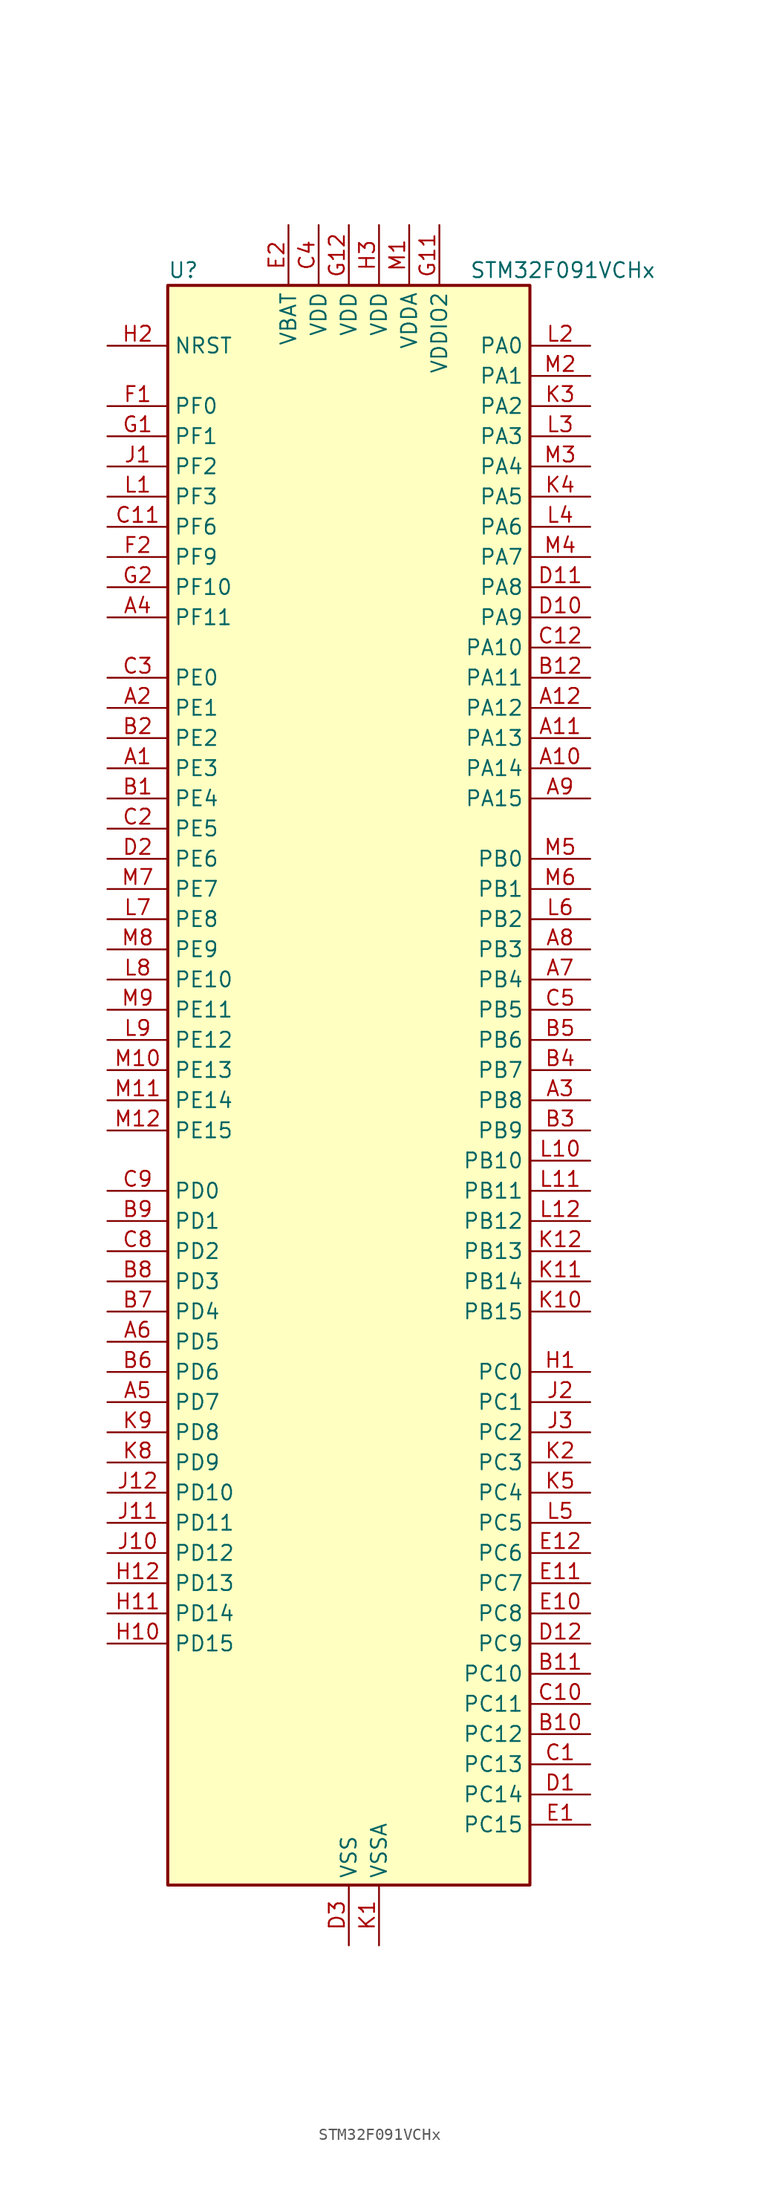
<source format=kicad_sym>
(kicad_symbol_lib
  (version 20241209)
  (generator "kicad_symbol_editor")
  (generator_version "9.0")
  (symbol "STM32F091VCHx"
    (property "Reference" "U"
      (at -15.24 69.85 0)
      (effects (font (size 1.27 1.27)) (justify left)))
    (property "Value" "STM32F091VCHx"
      (at 10.16 69.85 0)
      (effects (font (size 1.27 1.27)) (justify left)))
    (symbol "STM32F091VCHx_0_1"
      (rectangle (start -15.24 -66.04) (end 15.24 68.58) (stroke (width 0.254) (type default)) (fill (type background))))
    (symbol "STM32F091VCHx_1_1"
      (pin input line (at -20.32 63.5 0) (length 5.08) (name "NRST" (effects (font (size 1.27 1.27)))) (number "H2" (effects (font (size 1.27 1.27)))))
      (pin bidirectional line (at -20.32 58.42 0) (length 5.08) (name "PF0" (effects (font (size 1.27 1.27)))) (number "F1" (effects (font (size 1.27 1.27)))) (alternate "CRS_SYNC" bidirectional line) (alternate "I2C1_SDA" bidirectional line) (alternate "RCC_OSC_IN" bidirectional line))
      (pin bidirectional line (at -20.32 55.88 0) (length 5.08) (name "PF1" (effects (font (size 1.27 1.27)))) (number "G1" (effects (font (size 1.27 1.27)))) (alternate "I2C1_SCL" bidirectional line) (alternate "RCC_OSC_OUT" bidirectional line))
      (pin bidirectional line (at -20.32 53.34 0) (length 5.08) (name "PF2" (effects (font (size 1.27 1.27)))) (number "J1" (effects (font (size 1.27 1.27)))) (alternate "SYS_WKUP8" bidirectional line) (alternate "USART7_CK" bidirectional line) (alternate "USART7_DE" bidirectional line) (alternate "USART7_RTS" bidirectional line) (alternate "USART7_TX" bidirectional line))
      (pin bidirectional line (at -20.32 50.8 0) (length 5.08) (name "PF3" (effects (font (size 1.27 1.27)))) (number "L1" (effects (font (size 1.27 1.27)))) (alternate "USART6_CK" bidirectional line) (alternate "USART6_DE" bidirectional line) (alternate "USART6_RTS" bidirectional line) (alternate "USART7_RX" bidirectional line))
      (pin bidirectional line (at -20.32 48.26 0) (length 5.08) (name "PF6" (effects (font (size 1.27 1.27)))) (number "C11" (effects (font (size 1.27 1.27)))))
      (pin bidirectional line (at -20.32 45.72 0) (length 5.08) (name "PF9" (effects (font (size 1.27 1.27)))) (number "F2" (effects (font (size 1.27 1.27)))) (alternate "DAC_EXTI9" bidirectional line) (alternate "TIM15_CH1" bidirectional line) (alternate "USART6_TX" bidirectional line))
      (pin bidirectional line (at -20.32 43.18 0) (length 5.08) (name "PF10" (effects (font (size 1.27 1.27)))) (number "G2" (effects (font (size 1.27 1.27)))) (alternate "TIM15_CH2" bidirectional line) (alternate "USART6_RX" bidirectional line))
      (pin bidirectional line (at -20.32 40.64 0) (length 5.08) (name "PF11" (effects (font (size 1.27 1.27)))) (number "A4" (effects (font (size 1.27 1.27)))))
      (pin bidirectional line (at -20.32 35.56 0) (length 5.08) (name "PE0" (effects (font (size 1.27 1.27)))) (number "C3" (effects (font (size 1.27 1.27)))) (alternate "TIM16_CH1" bidirectional line))
      (pin bidirectional line (at -20.32 33.02 0) (length 5.08) (name "PE1" (effects (font (size 1.27 1.27)))) (number "A2" (effects (font (size 1.27 1.27)))) (alternate "TIM17_CH1" bidirectional line))
      (pin bidirectional line (at -20.32 30.48 0) (length 5.08) (name "PE2" (effects (font (size 1.27 1.27)))) (number "B2" (effects (font (size 1.27 1.27)))) (alternate "TIM3_ETR" bidirectional line) (alternate "TSC_G7_IO1" bidirectional line))
      (pin bidirectional line (at -20.32 27.94 0) (length 5.08) (name "PE3" (effects (font (size 1.27 1.27)))) (number "A1" (effects (font (size 1.27 1.27)))) (alternate "TIM3_CH1" bidirectional line) (alternate "TSC_G7_IO2" bidirectional line))
      (pin bidirectional line (at -20.32 25.4 0) (length 5.08) (name "PE4" (effects (font (size 1.27 1.27)))) (number "B1" (effects (font (size 1.27 1.27)))) (alternate "TIM3_CH2" bidirectional line) (alternate "TSC_G7_IO3" bidirectional line))
      (pin bidirectional line (at -20.32 22.86 0) (length 5.08) (name "PE5" (effects (font (size 1.27 1.27)))) (number "C2" (effects (font (size 1.27 1.27)))) (alternate "TIM3_CH3" bidirectional line) (alternate "TSC_G7_IO4" bidirectional line))
      (pin bidirectional line (at -20.32 20.32 0) (length 5.08) (name "PE6" (effects (font (size 1.27 1.27)))) (number "D2" (effects (font (size 1.27 1.27)))) (alternate "RTC_TAMP3" bidirectional line) (alternate "SYS_WKUP3" bidirectional line) (alternate "TIM3_CH4" bidirectional line))
      (pin bidirectional line (at -20.32 17.78 0) (length 5.08) (name "PE7" (effects (font (size 1.27 1.27)))) (number "M7" (effects (font (size 1.27 1.27)))) (alternate "TIM1_ETR" bidirectional line) (alternate "USART5_CK" bidirectional line) (alternate "USART5_DE" bidirectional line) (alternate "USART5_RTS" bidirectional line))
      (pin bidirectional line (at -20.32 15.24 0) (length 5.08) (name "PE8" (effects (font (size 1.27 1.27)))) (number "L7" (effects (font (size 1.27 1.27)))) (alternate "TIM1_CH1N" bidirectional line) (alternate "USART4_TX" bidirectional line))
      (pin bidirectional line (at -20.32 12.7 0) (length 5.08) (name "PE9" (effects (font (size 1.27 1.27)))) (number "M8" (effects (font (size 1.27 1.27)))) (alternate "DAC_EXTI9" bidirectional line) (alternate "TIM1_CH1" bidirectional line) (alternate "USART4_RX" bidirectional line))
      (pin bidirectional line (at -20.32 10.16 0) (length 5.08) (name "PE10" (effects (font (size 1.27 1.27)))) (number "L8" (effects (font (size 1.27 1.27)))) (alternate "TIM1_CH2N" bidirectional line) (alternate "USART5_TX" bidirectional line))
      (pin bidirectional line (at -20.32 7.62 0) (length 5.08) (name "PE11" (effects (font (size 1.27 1.27)))) (number "M9" (effects (font (size 1.27 1.27)))) (alternate "TIM1_CH2" bidirectional line) (alternate "USART5_RX" bidirectional line))
      (pin bidirectional line (at -20.32 5.08 0) (length 5.08) (name "PE12" (effects (font (size 1.27 1.27)))) (number "L9" (effects (font (size 1.27 1.27)))) (alternate "I2S1_WS" bidirectional line) (alternate "SPI1_NSS" bidirectional line) (alternate "TIM1_CH3N" bidirectional line))
      (pin bidirectional line (at -20.32 2.54 0) (length 5.08) (name "PE13" (effects (font (size 1.27 1.27)))) (number "M10" (effects (font (size 1.27 1.27)))) (alternate "I2S1_CK" bidirectional line) (alternate "SPI1_SCK" bidirectional line) (alternate "TIM1_CH3" bidirectional line))
      (pin bidirectional line (at -20.32 0 0) (length 5.08) (name "PE14" (effects (font (size 1.27 1.27)))) (number "M11" (effects (font (size 1.27 1.27)))) (alternate "I2S1_MCK" bidirectional line) (alternate "SPI1_MISO" bidirectional line) (alternate "TIM1_CH4" bidirectional line))
      (pin bidirectional line (at -20.32 -2.54 0) (length 5.08) (name "PE15" (effects (font (size 1.27 1.27)))) (number "M12" (effects (font (size 1.27 1.27)))) (alternate "I2S1_SD" bidirectional line) (alternate "SPI1_MOSI" bidirectional line) (alternate "TIM1_BKIN" bidirectional line))
      (pin bidirectional line (at -20.32 -7.62 0) (length 5.08) (name "PD0" (effects (font (size 1.27 1.27)))) (number "C9" (effects (font (size 1.27 1.27)))) (alternate "CAN_RX" bidirectional line) (alternate "I2S2_WS" bidirectional line) (alternate "SPI2_NSS" bidirectional line))
      (pin bidirectional line (at -20.32 -10.16 0) (length 5.08) (name "PD1" (effects (font (size 1.27 1.27)))) (number "B9" (effects (font (size 1.27 1.27)))) (alternate "CAN_TX" bidirectional line) (alternate "I2S2_CK" bidirectional line) (alternate "SPI2_SCK" bidirectional line))
      (pin bidirectional line (at -20.32 -12.7 0) (length 5.08) (name "PD2" (effects (font (size 1.27 1.27)))) (number "C8" (effects (font (size 1.27 1.27)))) (alternate "TIM3_ETR" bidirectional line) (alternate "USART3_DE" bidirectional line) (alternate "USART3_RTS" bidirectional line) (alternate "USART5_RX" bidirectional line))
      (pin bidirectional line (at -20.32 -15.24 0) (length 5.08) (name "PD3" (effects (font (size 1.27 1.27)))) (number "B8" (effects (font (size 1.27 1.27)))) (alternate "I2S2_MCK" bidirectional line) (alternate "SPI2_MISO" bidirectional line) (alternate "USART2_CTS" bidirectional line))
      (pin bidirectional line (at -20.32 -17.78 0) (length 5.08) (name "PD4" (effects (font (size 1.27 1.27)))) (number "B7" (effects (font (size 1.27 1.27)))) (alternate "I2S2_SD" bidirectional line) (alternate "SPI2_MOSI" bidirectional line) (alternate "USART2_DE" bidirectional line) (alternate "USART2_RTS" bidirectional line))
      (pin bidirectional line (at -20.32 -20.32 0) (length 5.08) (name "PD5" (effects (font (size 1.27 1.27)))) (number "A6" (effects (font (size 1.27 1.27)))) (alternate "USART2_TX" bidirectional line))
      (pin bidirectional line (at -20.32 -22.86 0) (length 5.08) (name "PD6" (effects (font (size 1.27 1.27)))) (number "B6" (effects (font (size 1.27 1.27)))) (alternate "USART2_RX" bidirectional line))
      (pin bidirectional line (at -20.32 -25.4 0) (length 5.08) (name "PD7" (effects (font (size 1.27 1.27)))) (number "A5" (effects (font (size 1.27 1.27)))) (alternate "USART2_CK" bidirectional line))
      (pin bidirectional line (at -20.32 -27.94 0) (length 5.08) (name "PD8" (effects (font (size 1.27 1.27)))) (number "K9" (effects (font (size 1.27 1.27)))) (alternate "USART3_TX" bidirectional line))
      (pin bidirectional line (at -20.32 -30.48 0) (length 5.08) (name "PD9" (effects (font (size 1.27 1.27)))) (number "K8" (effects (font (size 1.27 1.27)))) (alternate "DAC_EXTI9" bidirectional line) (alternate "USART3_RX" bidirectional line))
      (pin bidirectional line (at -20.32 -33.02 0) (length 5.08) (name "PD10" (effects (font (size 1.27 1.27)))) (number "J12" (effects (font (size 1.27 1.27)))) (alternate "USART3_CK" bidirectional line))
      (pin bidirectional line (at -20.32 -35.56 0) (length 5.08) (name "PD11" (effects (font (size 1.27 1.27)))) (number "J11" (effects (font (size 1.27 1.27)))) (alternate "USART3_CTS" bidirectional line))
      (pin bidirectional line (at -20.32 -38.1 0) (length 5.08) (name "PD12" (effects (font (size 1.27 1.27)))) (number "J10" (effects (font (size 1.27 1.27)))) (alternate "TSC_G8_IO1" bidirectional line) (alternate "USART3_DE" bidirectional line) (alternate "USART3_RTS" bidirectional line) (alternate "USART8_CK" bidirectional line) (alternate "USART8_DE" bidirectional line) (alternate "USART8_RTS" bidirectional line))
      (pin bidirectional line (at -20.32 -40.64 0) (length 5.08) (name "PD13" (effects (font (size 1.27 1.27)))) (number "H12" (effects (font (size 1.27 1.27)))) (alternate "TSC_G8_IO2" bidirectional line) (alternate "USART8_TX" bidirectional line))
      (pin bidirectional line (at -20.32 -43.18 0) (length 5.08) (name "PD14" (effects (font (size 1.27 1.27)))) (number "H11" (effects (font (size 1.27 1.27)))) (alternate "TSC_G8_IO3" bidirectional line) (alternate "USART8_RX" bidirectional line))
      (pin bidirectional line (at -20.32 -45.72 0) (length 5.08) (name "PD15" (effects (font (size 1.27 1.27)))) (number "H10" (effects (font (size 1.27 1.27)))) (alternate "CRS_SYNC" bidirectional line) (alternate "TSC_G8_IO4" bidirectional line) (alternate "USART7_CK" bidirectional line) (alternate "USART7_DE" bidirectional line) (alternate "USART7_RTS" bidirectional line))
      (pin no_connect line (at -15.24 -66.04 0) (length 5.08) (hide yes) (name "NC" (effects (font (size 1.27 1.27)))) (number "E3" (effects (font (size 1.27 1.27)))))
      (pin power_in line (at -5.08 73.66 270) (length 5.08) (name "VBAT" (effects (font (size 1.27 1.27)))) (number "E2" (effects (font (size 1.27 1.27)))))
      (pin power_in line (at -2.54 73.66 270) (length 5.08) (name "VDD" (effects (font (size 1.27 1.27)))) (number "C4" (effects (font (size 1.27 1.27)))))
      (pin power_in line (at 0 73.66 270) (length 5.08) (name "VDD" (effects (font (size 1.27 1.27)))) (number "G12" (effects (font (size 1.27 1.27)))))
      (pin power_in line (at 0 -71.12 90) (length 5.08) (name "VSS" (effects (font (size 1.27 1.27)))) (number "D3" (effects (font (size 1.27 1.27)))))
      (pin passive line (at 0 -71.12 90) (length 5.08) (hide yes) (name "VSS" (effects (font (size 1.27 1.27)))) (number "F11" (effects (font (size 1.27 1.27)))))
      (pin passive line (at 0 -71.12 90) (length 5.08) (hide yes) (name "VSS" (effects (font (size 1.27 1.27)))) (number "F12" (effects (font (size 1.27 1.27)))))
      (pin power_in line (at 2.54 73.66 270) (length 5.08) (name "VDD" (effects (font (size 1.27 1.27)))) (number "H3" (effects (font (size 1.27 1.27)))))
      (pin power_in line (at 2.54 -71.12 90) (length 5.08) (name "VSSA" (effects (font (size 1.27 1.27)))) (number "K1" (effects (font (size 1.27 1.27)))))
      (pin power_in line (at 5.08 73.66 270) (length 5.08) (name "VDDA" (effects (font (size 1.27 1.27)))) (number "M1" (effects (font (size 1.27 1.27)))))
      (pin power_in line (at 7.62 73.66 270) (length 5.08) (name "VDDIO2" (effects (font (size 1.27 1.27)))) (number "G11" (effects (font (size 1.27 1.27)))))
      (pin bidirectional line (at 20.32 63.5 180) (length 5.08) (name "PA0" (effects (font (size 1.27 1.27)))) (number "L2" (effects (font (size 1.27 1.27)))) (alternate "ADC_IN0" bidirectional line) (alternate "COMP1_INM" bidirectional line) (alternate "COMP1_OUT" bidirectional line) (alternate "RTC_TAMP2" bidirectional line) (alternate "SYS_WKUP1" bidirectional line) (alternate "TIM2_CH1" bidirectional line) (alternate "TIM2_ETR" bidirectional line) (alternate "TSC_G1_IO1" bidirectional line) (alternate "USART2_CTS" bidirectional line) (alternate "USART4_TX" bidirectional line))
      (pin bidirectional line (at 20.32 60.96 180) (length 5.08) (name "PA1" (effects (font (size 1.27 1.27)))) (number "M2" (effects (font (size 1.27 1.27)))) (alternate "ADC_IN1" bidirectional line) (alternate "COMP1_INP" bidirectional line) (alternate "TIM15_CH1N" bidirectional line) (alternate "TIM2_CH2" bidirectional line) (alternate "TSC_G1_IO2" bidirectional line) (alternate "USART2_DE" bidirectional line) (alternate "USART2_RTS" bidirectional line) (alternate "USART4_RX" bidirectional line))
      (pin bidirectional line (at 20.32 58.42 180) (length 5.08) (name "PA2" (effects (font (size 1.27 1.27)))) (number "K3" (effects (font (size 1.27 1.27)))) (alternate "ADC_IN2" bidirectional line) (alternate "COMP2_INM" bidirectional line) (alternate "COMP2_OUT" bidirectional line) (alternate "SYS_WKUP4" bidirectional line) (alternate "TIM15_CH1" bidirectional line) (alternate "TIM2_CH3" bidirectional line) (alternate "TSC_G1_IO3" bidirectional line) (alternate "USART2_TX" bidirectional line))
      (pin bidirectional line (at 20.32 55.88 180) (length 5.08) (name "PA3" (effects (font (size 1.27 1.27)))) (number "L3" (effects (font (size 1.27 1.27)))) (alternate "ADC_IN3" bidirectional line) (alternate "COMP2_INP" bidirectional line) (alternate "TIM15_CH2" bidirectional line) (alternate "TIM2_CH4" bidirectional line) (alternate "TSC_G1_IO4" bidirectional line) (alternate "USART2_RX" bidirectional line))
      (pin bidirectional line (at 20.32 53.34 180) (length 5.08) (name "PA4" (effects (font (size 1.27 1.27)))) (number "M3" (effects (font (size 1.27 1.27)))) (alternate "ADC_IN4" bidirectional line) (alternate "COMP1_INM" bidirectional line) (alternate "COMP2_INM" bidirectional line) (alternate "DAC_OUT1" bidirectional line) (alternate "I2S1_WS" bidirectional line) (alternate "SPI1_NSS" bidirectional line) (alternate "TIM14_CH1" bidirectional line) (alternate "TSC_G2_IO1" bidirectional line) (alternate "USART2_CK" bidirectional line) (alternate "USART6_TX" bidirectional line))
      (pin bidirectional line (at 20.32 50.8 180) (length 5.08) (name "PA5" (effects (font (size 1.27 1.27)))) (number "K4" (effects (font (size 1.27 1.27)))) (alternate "ADC_IN5" bidirectional line) (alternate "CEC" bidirectional line) (alternate "COMP1_INM" bidirectional line) (alternate "COMP2_INM" bidirectional line) (alternate "DAC_OUT2" bidirectional line) (alternate "I2S1_CK" bidirectional line) (alternate "SPI1_SCK" bidirectional line) (alternate "TIM2_CH1" bidirectional line) (alternate "TIM2_ETR" bidirectional line) (alternate "TSC_G2_IO2" bidirectional line) (alternate "USART6_RX" bidirectional line))
      (pin bidirectional line (at 20.32 48.26 180) (length 5.08) (name "PA6" (effects (font (size 1.27 1.27)))) (number "L4" (effects (font (size 1.27 1.27)))) (alternate "ADC_IN6" bidirectional line) (alternate "COMP1_OUT" bidirectional line) (alternate "I2S1_MCK" bidirectional line) (alternate "SPI1_MISO" bidirectional line) (alternate "TIM16_CH1" bidirectional line) (alternate "TIM1_BKIN" bidirectional line) (alternate "TIM3_CH1" bidirectional line) (alternate "TSC_G2_IO3" bidirectional line) (alternate "USART3_CTS" bidirectional line))
      (pin bidirectional line (at 20.32 45.72 180) (length 5.08) (name "PA7" (effects (font (size 1.27 1.27)))) (number "M4" (effects (font (size 1.27 1.27)))) (alternate "ADC_IN7" bidirectional line) (alternate "COMP2_OUT" bidirectional line) (alternate "I2S1_SD" bidirectional line) (alternate "SPI1_MOSI" bidirectional line) (alternate "TIM14_CH1" bidirectional line) (alternate "TIM17_CH1" bidirectional line) (alternate "TIM1_CH1N" bidirectional line) (alternate "TIM3_CH2" bidirectional line) (alternate "TSC_G2_IO4" bidirectional line))
      (pin bidirectional line (at 20.32 43.18 180) (length 5.08) (name "PA8" (effects (font (size 1.27 1.27)))) (number "D11" (effects (font (size 1.27 1.27)))) (alternate "CRS_SYNC" bidirectional line) (alternate "RCC_MCO" bidirectional line) (alternate "TIM1_CH1" bidirectional line) (alternate "USART1_CK" bidirectional line))
      (pin bidirectional line (at 20.32 40.64 180) (length 5.08) (name "PA9" (effects (font (size 1.27 1.27)))) (number "D10" (effects (font (size 1.27 1.27)))) (alternate "DAC_EXTI9" bidirectional line) (alternate "I2C1_SCL" bidirectional line) (alternate "RCC_MCO" bidirectional line) (alternate "TIM15_BKIN" bidirectional line) (alternate "TIM1_CH2" bidirectional line) (alternate "TSC_G4_IO1" bidirectional line) (alternate "USART1_TX" bidirectional line))
      (pin bidirectional line (at 20.32 38.1 180) (length 5.08) (name "PA10" (effects (font (size 1.27 1.27)))) (number "C12" (effects (font (size 1.27 1.27)))) (alternate "I2C1_SDA" bidirectional line) (alternate "TIM17_BKIN" bidirectional line) (alternate "TIM1_CH3" bidirectional line) (alternate "TSC_G4_IO2" bidirectional line) (alternate "USART1_RX" bidirectional line))
      (pin bidirectional line (at 20.32 35.56 180) (length 5.08) (name "PA11" (effects (font (size 1.27 1.27)))) (number "B12" (effects (font (size 1.27 1.27)))) (alternate "CAN_RX" bidirectional line) (alternate "COMP1_OUT" bidirectional line) (alternate "I2C2_SCL" bidirectional line) (alternate "TIM1_CH4" bidirectional line) (alternate "TSC_G4_IO3" bidirectional line) (alternate "USART1_CTS" bidirectional line))
      (pin bidirectional line (at 20.32 33.02 180) (length 5.08) (name "PA12" (effects (font (size 1.27 1.27)))) (number "A12" (effects (font (size 1.27 1.27)))) (alternate "CAN_TX" bidirectional line) (alternate "COMP2_OUT" bidirectional line) (alternate "I2C2_SDA" bidirectional line) (alternate "TIM1_ETR" bidirectional line) (alternate "TSC_G4_IO4" bidirectional line) (alternate "USART1_DE" bidirectional line) (alternate "USART1_RTS" bidirectional line))
      (pin bidirectional line (at 20.32 30.48 180) (length 5.08) (name "PA13" (effects (font (size 1.27 1.27)))) (number "A11" (effects (font (size 1.27 1.27)))) (alternate "IR_OUT" bidirectional line) (alternate "SYS_SWDIO" bidirectional line))
      (pin bidirectional line (at 20.32 27.94 180) (length 5.08) (name "PA14" (effects (font (size 1.27 1.27)))) (number "A10" (effects (font (size 1.27 1.27)))) (alternate "SYS_SWCLK" bidirectional line) (alternate "USART2_TX" bidirectional line))
      (pin bidirectional line (at 20.32 25.4 180) (length 5.08) (name "PA15" (effects (font (size 1.27 1.27)))) (number "A9" (effects (font (size 1.27 1.27)))) (alternate "I2S1_WS" bidirectional line) (alternate "SPI1_NSS" bidirectional line) (alternate "TIM2_CH1" bidirectional line) (alternate "TIM2_ETR" bidirectional line) (alternate "USART2_RX" bidirectional line) (alternate "USART4_DE" bidirectional line) (alternate "USART4_RTS" bidirectional line))
      (pin bidirectional line (at 20.32 20.32 180) (length 5.08) (name "PB0" (effects (font (size 1.27 1.27)))) (number "M5" (effects (font (size 1.27 1.27)))) (alternate "ADC_IN8" bidirectional line) (alternate "TIM1_CH2N" bidirectional line) (alternate "TIM3_CH3" bidirectional line) (alternate "TSC_G3_IO2" bidirectional line) (alternate "USART3_CK" bidirectional line))
      (pin bidirectional line (at 20.32 17.78 180) (length 5.08) (name "PB1" (effects (font (size 1.27 1.27)))) (number "M6" (effects (font (size 1.27 1.27)))) (alternate "ADC_IN9" bidirectional line) (alternate "TIM14_CH1" bidirectional line) (alternate "TIM1_CH3N" bidirectional line) (alternate "TIM3_CH4" bidirectional line) (alternate "TSC_G3_IO3" bidirectional line) (alternate "USART3_DE" bidirectional line) (alternate "USART3_RTS" bidirectional line))
      (pin bidirectional line (at 20.32 15.24 180) (length 5.08) (name "PB2" (effects (font (size 1.27 1.27)))) (number "L6" (effects (font (size 1.27 1.27)))) (alternate "TSC_G3_IO4" bidirectional line))
      (pin bidirectional line (at 20.32 12.7 180) (length 5.08) (name "PB3" (effects (font (size 1.27 1.27)))) (number "A8" (effects (font (size 1.27 1.27)))) (alternate "I2S1_CK" bidirectional line) (alternate "SPI1_SCK" bidirectional line) (alternate "TIM2_CH2" bidirectional line) (alternate "TSC_G5_IO1" bidirectional line) (alternate "USART5_TX" bidirectional line))
      (pin bidirectional line (at 20.32 10.16 180) (length 5.08) (name "PB4" (effects (font (size 1.27 1.27)))) (number "A7" (effects (font (size 1.27 1.27)))) (alternate "I2S1_MCK" bidirectional line) (alternate "SPI1_MISO" bidirectional line) (alternate "TIM17_BKIN" bidirectional line) (alternate "TIM3_CH1" bidirectional line) (alternate "TSC_G5_IO2" bidirectional line) (alternate "USART5_RX" bidirectional line))
      (pin bidirectional line (at 20.32 7.62 180) (length 5.08) (name "PB5" (effects (font (size 1.27 1.27)))) (number "C5" (effects (font (size 1.27 1.27)))) (alternate "I2C1_SMBA" bidirectional line) (alternate "I2S1_SD" bidirectional line) (alternate "SPI1_MOSI" bidirectional line) (alternate "SYS_WKUP6" bidirectional line) (alternate "TIM16_BKIN" bidirectional line) (alternate "TIM3_CH2" bidirectional line) (alternate "USART5_CK" bidirectional line) (alternate "USART5_DE" bidirectional line) (alternate "USART5_RTS" bidirectional line))
      (pin bidirectional line (at 20.32 5.08 180) (length 5.08) (name "PB6" (effects (font (size 1.27 1.27)))) (number "B5" (effects (font (size 1.27 1.27)))) (alternate "I2C1_SCL" bidirectional line) (alternate "TIM16_CH1N" bidirectional line) (alternate "TSC_G5_IO3" bidirectional line) (alternate "USART1_TX" bidirectional line))
      (pin bidirectional line (at 20.32 2.54 180) (length 5.08) (name "PB7" (effects (font (size 1.27 1.27)))) (number "B4" (effects (font (size 1.27 1.27)))) (alternate "I2C1_SDA" bidirectional line) (alternate "TIM17_CH1N" bidirectional line) (alternate "TSC_G5_IO4" bidirectional line) (alternate "USART1_RX" bidirectional line) (alternate "USART4_CTS" bidirectional line))
      (pin bidirectional line (at 20.32 0 180) (length 5.08) (name "PB8" (effects (font (size 1.27 1.27)))) (number "A3" (effects (font (size 1.27 1.27)))) (alternate "CAN_RX" bidirectional line) (alternate "CEC" bidirectional line) (alternate "I2C1_SCL" bidirectional line) (alternate "TIM16_CH1" bidirectional line) (alternate "TSC_SYNC" bidirectional line))
      (pin bidirectional line (at 20.32 -2.54 180) (length 5.08) (name "PB9" (effects (font (size 1.27 1.27)))) (number "B3" (effects (font (size 1.27 1.27)))) (alternate "CAN_TX" bidirectional line) (alternate "DAC_EXTI9" bidirectional line) (alternate "I2C1_SDA" bidirectional line) (alternate "I2S2_WS" bidirectional line) (alternate "IR_OUT" bidirectional line) (alternate "SPI2_NSS" bidirectional line) (alternate "TIM17_CH1" bidirectional line))
      (pin bidirectional line (at 20.32 -5.08 180) (length 5.08) (name "PB10" (effects (font (size 1.27 1.27)))) (number "L10" (effects (font (size 1.27 1.27)))) (alternate "CEC" bidirectional line) (alternate "I2C2_SCL" bidirectional line) (alternate "I2S2_CK" bidirectional line) (alternate "SPI2_SCK" bidirectional line) (alternate "TIM2_CH3" bidirectional line) (alternate "TSC_SYNC" bidirectional line) (alternate "USART3_TX" bidirectional line))
      (pin bidirectional line (at 20.32 -7.62 180) (length 5.08) (name "PB11" (effects (font (size 1.27 1.27)))) (number "L11" (effects (font (size 1.27 1.27)))) (alternate "I2C2_SDA" bidirectional line) (alternate "TIM2_CH4" bidirectional line) (alternate "TSC_G6_IO1" bidirectional line) (alternate "USART3_RX" bidirectional line))
      (pin bidirectional line (at 20.32 -10.16 180) (length 5.08) (name "PB12" (effects (font (size 1.27 1.27)))) (number "L12" (effects (font (size 1.27 1.27)))) (alternate "I2S2_WS" bidirectional line) (alternate "SPI2_NSS" bidirectional line) (alternate "TIM15_BKIN" bidirectional line) (alternate "TIM1_BKIN" bidirectional line) (alternate "TSC_G6_IO2" bidirectional line) (alternate "USART3_CK" bidirectional line))
      (pin bidirectional line (at 20.32 -12.7 180) (length 5.08) (name "PB13" (effects (font (size 1.27 1.27)))) (number "K12" (effects (font (size 1.27 1.27)))) (alternate "I2C2_SCL" bidirectional line) (alternate "I2S2_CK" bidirectional line) (alternate "SPI2_SCK" bidirectional line) (alternate "TIM1_CH1N" bidirectional line) (alternate "TSC_G6_IO3" bidirectional line) (alternate "USART3_CTS" bidirectional line))
      (pin bidirectional line (at 20.32 -15.24 180) (length 5.08) (name "PB14" (effects (font (size 1.27 1.27)))) (number "K11" (effects (font (size 1.27 1.27)))) (alternate "I2C2_SDA" bidirectional line) (alternate "I2S2_MCK" bidirectional line) (alternate "SPI2_MISO" bidirectional line) (alternate "TIM15_CH1" bidirectional line) (alternate "TIM1_CH2N" bidirectional line) (alternate "TSC_G6_IO4" bidirectional line) (alternate "USART3_DE" bidirectional line) (alternate "USART3_RTS" bidirectional line))
      (pin bidirectional line (at 20.32 -17.78 180) (length 5.08) (name "PB15" (effects (font (size 1.27 1.27)))) (number "K10" (effects (font (size 1.27 1.27)))) (alternate "I2S2_SD" bidirectional line) (alternate "RTC_REFIN" bidirectional line) (alternate "SPI2_MOSI" bidirectional line) (alternate "SYS_WKUP7" bidirectional line) (alternate "TIM15_CH1N" bidirectional line) (alternate "TIM15_CH2" bidirectional line) (alternate "TIM1_CH3N" bidirectional line))
      (pin bidirectional line (at 20.32 -22.86 180) (length 5.08) (name "PC0" (effects (font (size 1.27 1.27)))) (number "H1" (effects (font (size 1.27 1.27)))) (alternate "ADC_IN10" bidirectional line) (alternate "USART6_TX" bidirectional line) (alternate "USART7_TX" bidirectional line))
      (pin bidirectional line (at 20.32 -25.4 180) (length 5.08) (name "PC1" (effects (font (size 1.27 1.27)))) (number "J2" (effects (font (size 1.27 1.27)))) (alternate "ADC_IN11" bidirectional line) (alternate "USART6_RX" bidirectional line) (alternate "USART7_RX" bidirectional line))
      (pin bidirectional line (at 20.32 -27.94 180) (length 5.08) (name "PC2" (effects (font (size 1.27 1.27)))) (number "J3" (effects (font (size 1.27 1.27)))) (alternate "ADC_IN12" bidirectional line) (alternate "I2S2_MCK" bidirectional line) (alternate "SPI2_MISO" bidirectional line) (alternate "USART8_TX" bidirectional line))
      (pin bidirectional line (at 20.32 -30.48 180) (length 5.08) (name "PC3" (effects (font (size 1.27 1.27)))) (number "K2" (effects (font (size 1.27 1.27)))) (alternate "ADC_IN13" bidirectional line) (alternate "I2S2_SD" bidirectional line) (alternate "SPI2_MOSI" bidirectional line) (alternate "USART8_RX" bidirectional line))
      (pin bidirectional line (at 20.32 -33.02 180) (length 5.08) (name "PC4" (effects (font (size 1.27 1.27)))) (number "K5" (effects (font (size 1.27 1.27)))) (alternate "ADC_IN14" bidirectional line) (alternate "USART3_TX" bidirectional line))
      (pin bidirectional line (at 20.32 -35.56 180) (length 5.08) (name "PC5" (effects (font (size 1.27 1.27)))) (number "L5" (effects (font (size 1.27 1.27)))) (alternate "ADC_IN15" bidirectional line) (alternate "SYS_WKUP5" bidirectional line) (alternate "TSC_G3_IO1" bidirectional line) (alternate "USART3_RX" bidirectional line))
      (pin bidirectional line (at 20.32 -38.1 180) (length 5.08) (name "PC6" (effects (font (size 1.27 1.27)))) (number "E12" (effects (font (size 1.27 1.27)))) (alternate "TIM3_CH1" bidirectional line) (alternate "USART7_TX" bidirectional line))
      (pin bidirectional line (at 20.32 -40.64 180) (length 5.08) (name "PC7" (effects (font (size 1.27 1.27)))) (number "E11" (effects (font (size 1.27 1.27)))) (alternate "TIM3_CH2" bidirectional line) (alternate "USART7_RX" bidirectional line))
      (pin bidirectional line (at 20.32 -43.18 180) (length 5.08) (name "PC8" (effects (font (size 1.27 1.27)))) (number "E10" (effects (font (size 1.27 1.27)))) (alternate "TIM3_CH3" bidirectional line) (alternate "USART8_TX" bidirectional line))
      (pin bidirectional line (at 20.32 -45.72 180) (length 5.08) (name "PC9" (effects (font (size 1.27 1.27)))) (number "D12" (effects (font (size 1.27 1.27)))) (alternate "DAC_EXTI9" bidirectional line) (alternate "TIM3_CH4" bidirectional line) (alternate "USART8_RX" bidirectional line))
      (pin bidirectional line (at 20.32 -48.26 180) (length 5.08) (name "PC10" (effects (font (size 1.27 1.27)))) (number "B11" (effects (font (size 1.27 1.27)))) (alternate "USART3_TX" bidirectional line) (alternate "USART4_TX" bidirectional line))
      (pin bidirectional line (at 20.32 -50.8 180) (length 5.08) (name "PC11" (effects (font (size 1.27 1.27)))) (number "C10" (effects (font (size 1.27 1.27)))) (alternate "USART3_RX" bidirectional line) (alternate "USART4_RX" bidirectional line))
      (pin bidirectional line (at 20.32 -53.34 180) (length 5.08) (name "PC12" (effects (font (size 1.27 1.27)))) (number "B10" (effects (font (size 1.27 1.27)))) (alternate "USART3_CK" bidirectional line) (alternate "USART4_CK" bidirectional line) (alternate "USART5_TX" bidirectional line))
      (pin bidirectional line (at 20.32 -55.88 180) (length 5.08) (name "PC13" (effects (font (size 1.27 1.27)))) (number "C1" (effects (font (size 1.27 1.27)))) (alternate "RTC_OUT_ALARM" bidirectional line) (alternate "RTC_OUT_CALIB" bidirectional line) (alternate "RTC_TAMP1" bidirectional line) (alternate "RTC_TS" bidirectional line) (alternate "SYS_WKUP2" bidirectional line))
      (pin bidirectional line (at 20.32 -58.42 180) (length 5.08) (name "PC14" (effects (font (size 1.27 1.27)))) (number "D1" (effects (font (size 1.27 1.27)))) (alternate "RCC_OSC32_IN" bidirectional line))
      (pin bidirectional line (at 20.32 -60.96 180) (length 5.08) (name "PC15" (effects (font (size 1.27 1.27)))) (number "E1" (effects (font (size 1.27 1.27)))) (alternate "RCC_OSC32_OUT" bidirectional line)))))
</source>
